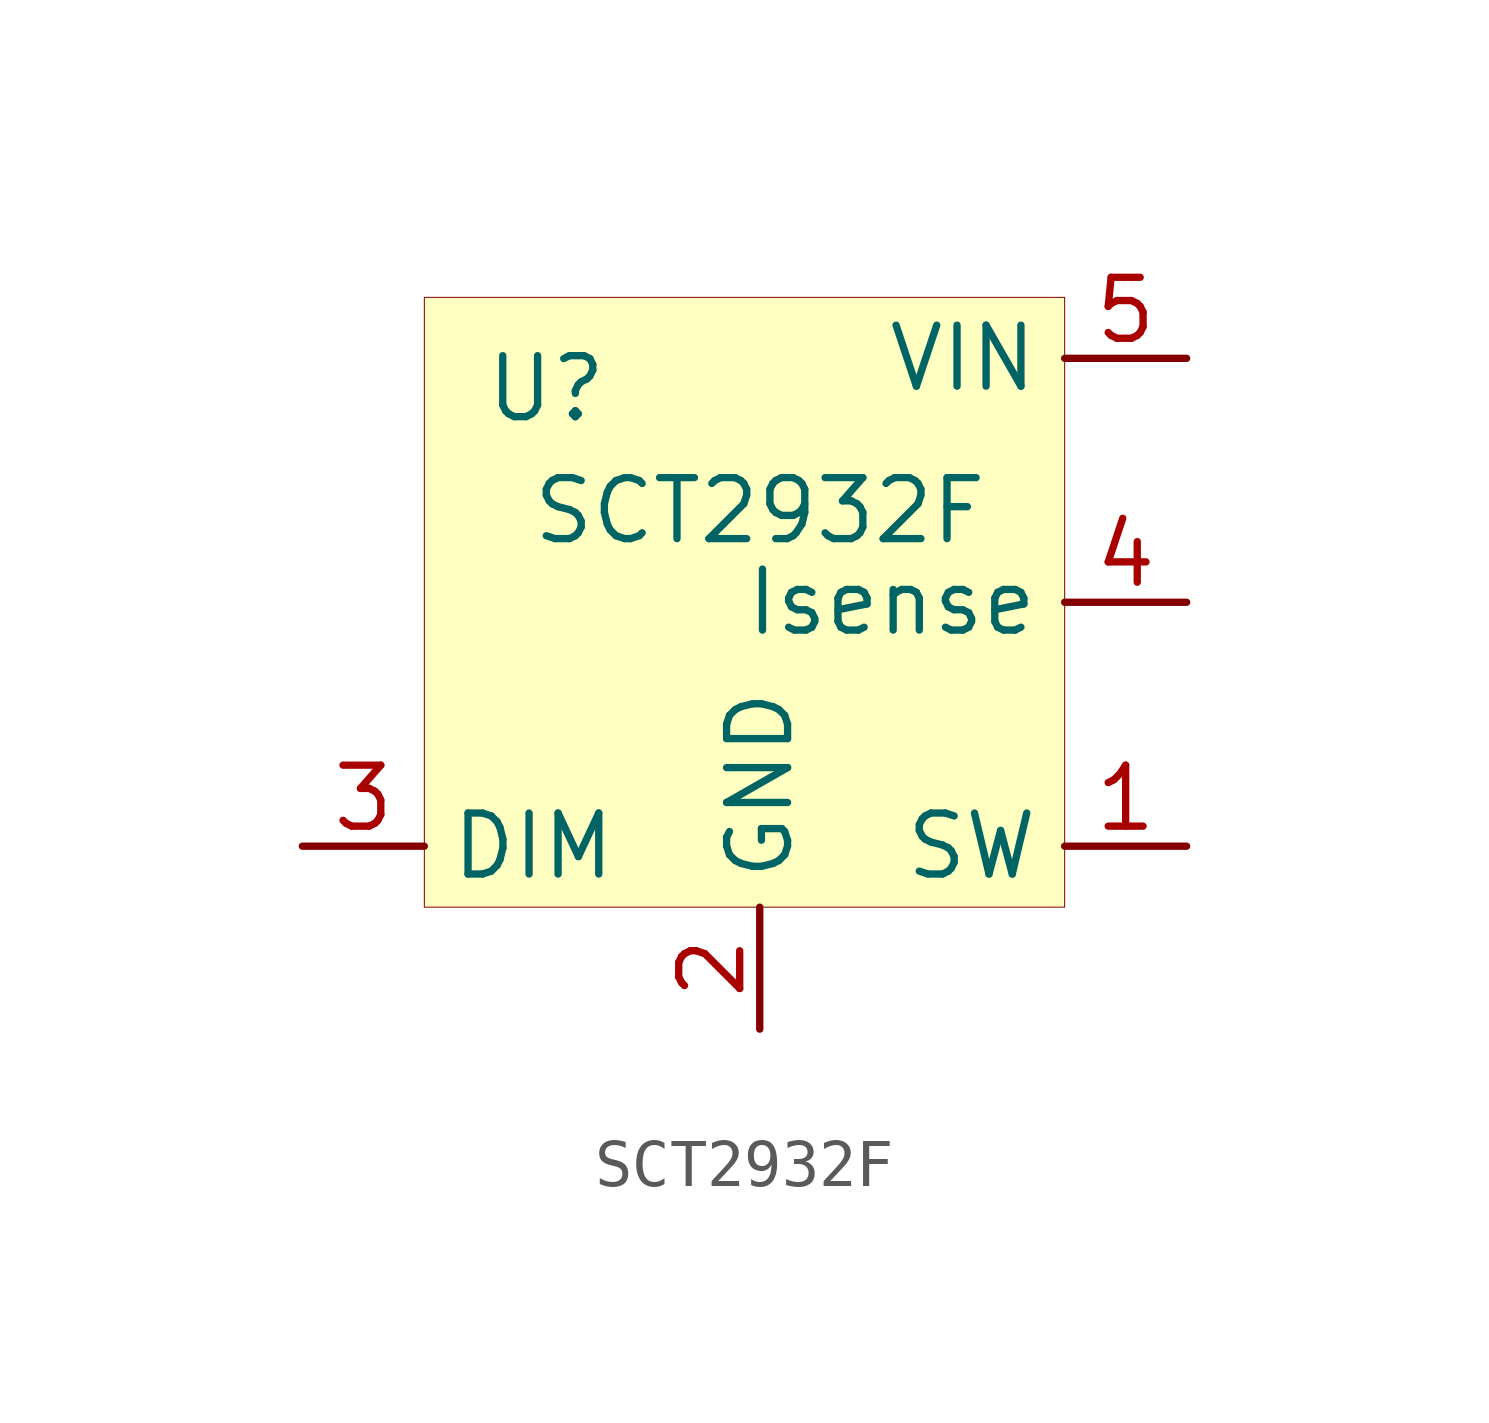
<source format=kicad_sym>
(kicad_symbol_lib
  (version 20201005)
  (generator kicad_symbol_editor)
  (symbol "sol:SCT2932F"
    (property "Reference" "U"
      (at 2.54 -1.905 0)
      (effects (font (size 1.27 1.27))))
    (property "Value" "SCT2932F"
      (at 6.985 -4.445 0)
      (effects (font (size 1.27 1.27))))
    (symbol "SCT2932F_0_1"
      (rectangle (start 0 0) (end 13.335 -12.7) (stroke (width 0.001)) (fill (type background))))
    (symbol "SCT2932F_1_1"
      (pin input line (at 6.985 -15.24 90) (length 2.54) (name "GND" (effects (font (size 1.27 1.27)))) (number "2" (effects (font (size 1.27 1.27)))))
      (pin input line (at 15.875 -1.27 180) (length 2.54) (name "VIN" (effects (font (size 1.27 1.27)))) (number "5" (effects (font (size 1.27 1.27)))))
      (pin input line (at 15.875 -6.35 180) (length 2.54) (name "Isense" (effects (font (size 1.27 1.27)))) (number "4" (effects (font (size 1.27 1.27)))))
      (pin input line (at 15.875 -11.43 180) (length 2.54) (name "SW" (effects (font (size 1.27 1.27)))) (number "1" (effects (font (size 1.27 1.27)))))
      (pin input line (at -2.54 -11.43 0) (length 2.54) (name "DIM" (effects (font (size 1.27 1.27)))) (number "3" (effects (font (size 1.27 1.27))))))))
</source>
